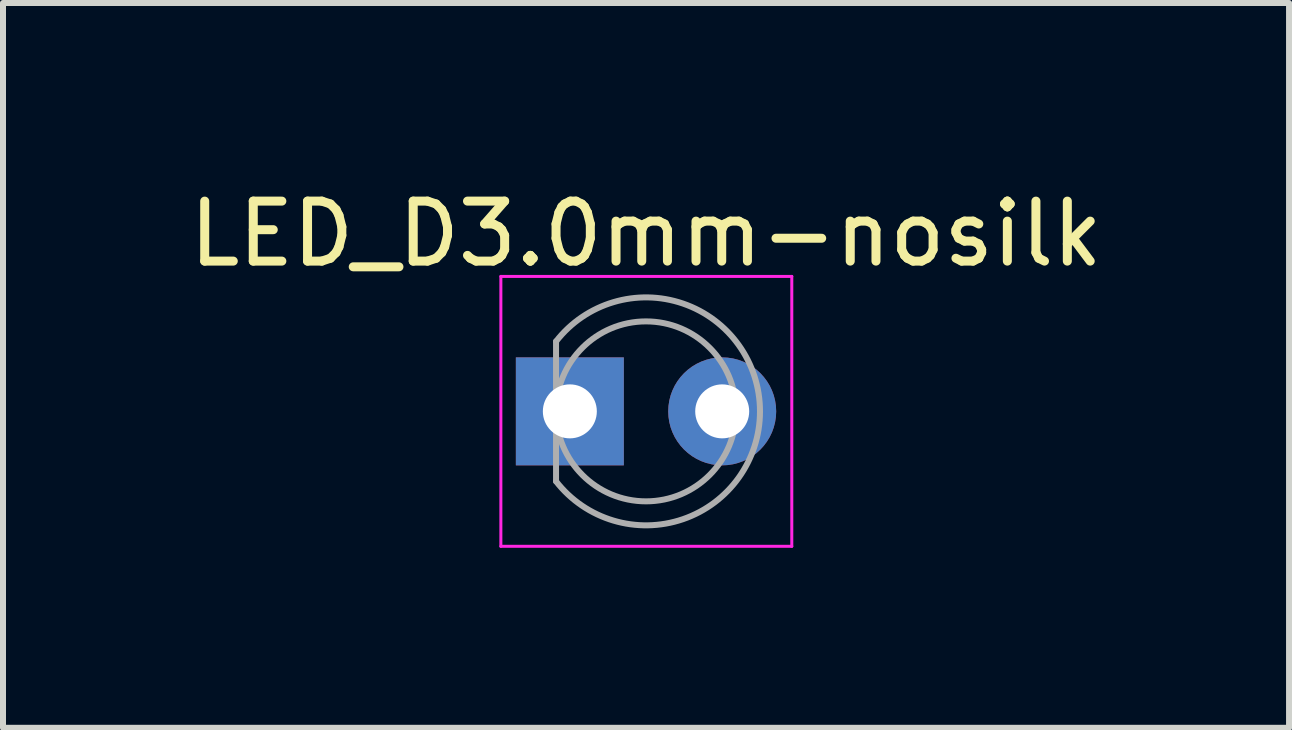
<source format=kicad_pcb>
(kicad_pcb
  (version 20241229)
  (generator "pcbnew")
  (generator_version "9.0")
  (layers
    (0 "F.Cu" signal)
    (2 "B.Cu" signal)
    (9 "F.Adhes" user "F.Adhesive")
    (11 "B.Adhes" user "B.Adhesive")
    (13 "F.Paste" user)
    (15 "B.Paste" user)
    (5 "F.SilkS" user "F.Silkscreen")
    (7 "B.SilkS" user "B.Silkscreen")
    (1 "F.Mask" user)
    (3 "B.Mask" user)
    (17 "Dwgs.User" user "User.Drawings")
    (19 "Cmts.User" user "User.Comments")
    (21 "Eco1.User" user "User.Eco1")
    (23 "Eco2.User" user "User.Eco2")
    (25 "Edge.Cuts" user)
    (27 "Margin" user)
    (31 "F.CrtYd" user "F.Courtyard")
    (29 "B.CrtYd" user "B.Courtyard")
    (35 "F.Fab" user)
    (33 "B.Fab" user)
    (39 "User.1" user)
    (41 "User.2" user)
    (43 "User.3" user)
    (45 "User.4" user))
  (footprint "LED_D3.0mm-nosilk"
    (layer "F.Cu")
    (at 6.45 3.808)
    (property "Reference" "LED_D3.0mm-nosilk" (at 1.27 -2.96 0) (layer "F.SilkS") (effects (font (size 1 1) (thickness 0.15))))
    (attr through_hole)
    (fp_line (start -1.15 -2.25) (end -1.15 2.25) (stroke (width 0.05) (type solid)) (layer "F.CrtYd"))
    (fp_line (start -1.15 2.25) (end 3.7 2.25) (stroke (width 0.05) (type solid)) (layer "F.CrtYd"))
    (fp_line (start 3.7 -2.25) (end -1.15 -2.25) (stroke (width 0.05) (type solid)) (layer "F.CrtYd"))
    (fp_line (start 3.7 2.25) (end 3.7 -2.25) (stroke (width 0.05) (type solid)) (layer "F.CrtYd"))
    (fp_line (start -0.23 -1.166) (end -0.23 1.166) (stroke (width 0.1) (type solid)) (layer "F.Fab"))
    (fp_arc (start -0.23 -1.16619) (mid 3.17 0.000452) (end -0.230555 1.165476) (stroke (width 0.1) (type solid)) (layer "F.Fab"))
    (fp_circle (center 1.27 0) (end 2.77 0) (stroke (width 0.1) (type solid)) (fill no) (layer "F.Fab"))
    (pad "1" thru_hole rect (at 0 0) (size 1.8 1.8) (drill 0.9) (layers "*.Cu" "*.Mask"))
    (pad "2" thru_hole circle (at 2.54 0) (size 1.8 1.8) (drill 0.9) (layers "*.Cu" "*.Mask")))
  (gr_rect
    (start -3 -3)
    (end 18.44 9.083)
    (stroke (width 0.1) (type default))
    (fill no)
    (layer "Edge.Cuts")))
</source>
